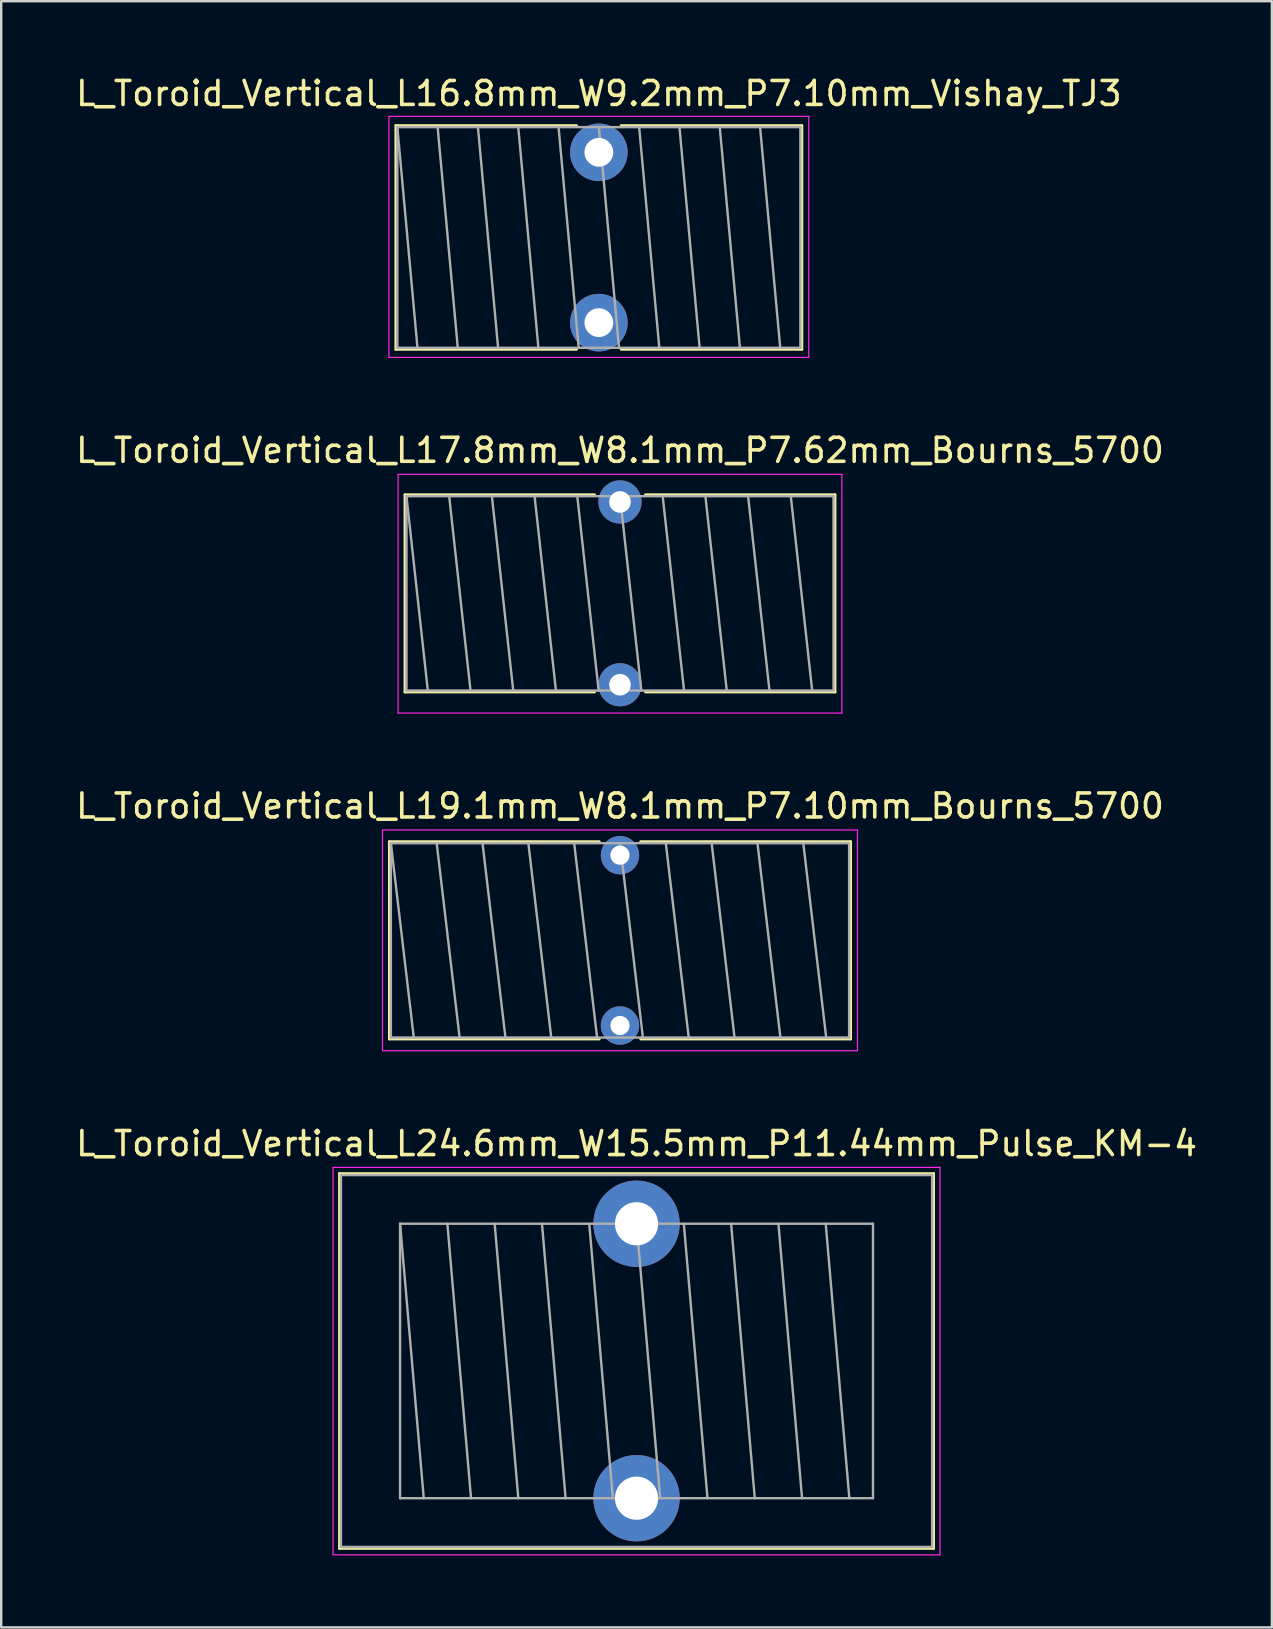
<source format=kicad_pcb>
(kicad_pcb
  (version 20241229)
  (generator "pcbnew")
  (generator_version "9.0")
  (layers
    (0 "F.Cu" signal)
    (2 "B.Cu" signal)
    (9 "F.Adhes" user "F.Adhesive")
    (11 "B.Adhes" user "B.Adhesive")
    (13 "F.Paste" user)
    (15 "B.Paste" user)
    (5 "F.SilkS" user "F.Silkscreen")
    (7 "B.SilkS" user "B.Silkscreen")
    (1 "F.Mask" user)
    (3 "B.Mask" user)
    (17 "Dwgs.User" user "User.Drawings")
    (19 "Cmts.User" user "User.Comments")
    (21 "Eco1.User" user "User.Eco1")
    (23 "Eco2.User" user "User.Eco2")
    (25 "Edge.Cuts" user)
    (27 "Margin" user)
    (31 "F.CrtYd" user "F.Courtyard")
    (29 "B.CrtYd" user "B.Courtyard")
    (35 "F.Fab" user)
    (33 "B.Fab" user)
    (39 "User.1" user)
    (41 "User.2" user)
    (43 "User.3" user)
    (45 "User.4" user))
  (footprint "L_Toroid_Vertical_L17.8mm_W8.1mm_P7.62mm_Bourns_5700"
    (layer "F.Cu")
    (at 22.792 17.872)
    (property "Reference" "L_Toroid_Vertical_L17.8mm_W8.1mm_P7.62mm_Bourns_5700" (at 0 -2.15 0) (layer "F.SilkS") (effects (font (size 1 1) (thickness 0.15))))
    (attr through_hole)
    (fp_line (start -8.96 -0.3) (end -8.96 7.92) (stroke (width 0.12) (type solid)) (layer "F.SilkS"))
    (fp_line (start -8.96 -0.3) (end -1.061 -0.3) (stroke (width 0.12) (type solid)) (layer "F.SilkS"))
    (fp_line (start -8.96 7.92) (end -1.061 7.92) (stroke (width 0.12) (type solid)) (layer "F.SilkS"))
    (fp_line (start 1.061 -0.3) (end 8.96 -0.3) (stroke (width 0.12) (type solid)) (layer "F.SilkS"))
    (fp_line (start 1.061 7.92) (end 8.96 7.92) (stroke (width 0.12) (type solid)) (layer "F.SilkS"))
    (fp_line (start 8.96 -0.3) (end 8.96 7.92) (stroke (width 0.12) (type solid)) (layer "F.SilkS"))
    (fp_line (start -9.25 -1.15) (end -9.25 8.8) (stroke (width 0.05) (type solid)) (layer "F.CrtYd"))
    (fp_line (start -9.25 8.8) (end 9.25 8.8) (stroke (width 0.05) (type solid)) (layer "F.CrtYd"))
    (fp_line (start 9.25 -1.15) (end -9.25 -1.15) (stroke (width 0.05) (type solid)) (layer "F.CrtYd"))
    (fp_line (start 9.25 8.8) (end 9.25 -1.15) (stroke (width 0.05) (type solid)) (layer "F.CrtYd"))
    (fp_line (start -8.9 -0.24) (end -8.9 7.86) (stroke (width 0.1) (type solid)) (layer "F.Fab"))
    (fp_line (start -8.9 -0.24) (end -8.01 7.86) (stroke (width 0.1) (type solid)) (layer "F.Fab"))
    (fp_line (start -8.9 7.86) (end 8.9 7.86) (stroke (width 0.1) (type solid)) (layer "F.Fab"))
    (fp_line (start -7.12 -0.24) (end -6.23 7.86) (stroke (width 0.1) (type solid)) (layer "F.Fab"))
    (fp_line (start -5.34 -0.24) (end -4.45 7.86) (stroke (width 0.1) (type solid)) (layer "F.Fab"))
    (fp_line (start -3.56 -0.24) (end -2.67 7.86) (stroke (width 0.1) (type solid)) (layer "F.Fab"))
    (fp_line (start -1.78 -0.24) (end -0.89 7.86) (stroke (width 0.1) (type solid)) (layer "F.Fab"))
    (fp_line (start 0 -0.24) (end 0.89 7.86) (stroke (width 0.1) (type solid)) (layer "F.Fab"))
    (fp_line (start 1.78 -0.24) (end 2.67 7.86) (stroke (width 0.1) (type solid)) (layer "F.Fab"))
    (fp_line (start 3.56 -0.24) (end 4.45 7.86) (stroke (width 0.1) (type solid)) (layer "F.Fab"))
    (fp_line (start 5.34 -0.24) (end 6.23 7.86) (stroke (width 0.1) (type solid)) (layer "F.Fab"))
    (fp_line (start 7.12 -0.24) (end 8.01 7.86) (stroke (width 0.1) (type solid)) (layer "F.Fab"))
    (fp_line (start 8.9 -0.24) (end -8.9 -0.24) (stroke (width 0.1) (type solid)) (layer "F.Fab"))
    (fp_line (start 8.9 7.86) (end 8.9 -0.24) (stroke (width 0.1) (type solid)) (layer "F.Fab"))
    (pad "1" thru_hole circle (at 0 0) (size 1.8 1.8) (drill 0.9) (layers "*.Cu" "*.Mask"))
    (pad "2" thru_hole circle (at 0 7.62) (size 1.8 1.8) (drill 0.9) (layers "*.Cu" "*.Mask")))
  (footprint "L_Toroid_Vertical_L16.8mm_W9.2mm_P7.10mm_Vishay_TJ3"
    (layer "F.Cu")
    (at 21.911 3.298)
    (property "Reference" "L_Toroid_Vertical_L16.8mm_W9.2mm_P7.10mm_Vishay_TJ3" (at 0 -2.45 0) (layer "F.SilkS") (effects (font (size 1 1) (thickness 0.15))))
    (attr through_hole)
    (fp_line (start -8.46 -1.11) (end -8.46 8.21) (stroke (width 0.12) (type solid)) (layer "F.SilkS"))
    (fp_line (start -8.46 -1.11) (end -0.928 -1.11) (stroke (width 0.12) (type solid)) (layer "F.SilkS"))
    (fp_line (start -8.46 8.21) (end -0.928 8.21) (stroke (width 0.12) (type solid)) (layer "F.SilkS"))
    (fp_line (start 0.928 -1.11) (end 8.46 -1.11) (stroke (width 0.12) (type solid)) (layer "F.SilkS"))
    (fp_line (start 0.928 8.21) (end 8.46 8.21) (stroke (width 0.12) (type solid)) (layer "F.SilkS"))
    (fp_line (start 8.46 -1.11) (end 8.46 8.21) (stroke (width 0.12) (type solid)) (layer "F.SilkS"))
    (fp_line (start -8.75 -1.5) (end -8.75 8.55) (stroke (width 0.05) (type solid)) (layer "F.CrtYd"))
    (fp_line (start -8.75 8.55) (end 8.75 8.55) (stroke (width 0.05) (type solid)) (layer "F.CrtYd"))
    (fp_line (start 8.75 -1.5) (end -8.75 -1.5) (stroke (width 0.05) (type solid)) (layer "F.CrtYd"))
    (fp_line (start 8.75 8.55) (end 8.75 -1.5) (stroke (width 0.05) (type solid)) (layer "F.CrtYd"))
    (fp_line (start -8.4 -1.05) (end -8.4 8.15) (stroke (width 0.1) (type solid)) (layer "F.Fab"))
    (fp_line (start -8.4 -1.05) (end -7.56 8.15) (stroke (width 0.1) (type solid)) (layer "F.Fab"))
    (fp_line (start -8.4 8.15) (end 8.4 8.15) (stroke (width 0.1) (type solid)) (layer "F.Fab"))
    (fp_line (start -6.72 -1.05) (end -5.88 8.15) (stroke (width 0.1) (type solid)) (layer "F.Fab"))
    (fp_line (start -5.04 -1.05) (end -4.2 8.15) (stroke (width 0.1) (type solid)) (layer "F.Fab"))
    (fp_line (start -3.36 -1.05) (end -2.52 8.15) (stroke (width 0.1) (type solid)) (layer "F.Fab"))
    (fp_line (start -1.68 -1.05) (end -0.84 8.15) (stroke (width 0.1) (type solid)) (layer "F.Fab"))
    (fp_line (start 0 -1.05) (end 0.84 8.15) (stroke (width 0.1) (type solid)) (layer "F.Fab"))
    (fp_line (start 1.68 -1.05) (end 2.52 8.15) (stroke (width 0.1) (type solid)) (layer "F.Fab"))
    (fp_line (start 3.36 -1.05) (end 4.2 8.15) (stroke (width 0.1) (type solid)) (layer "F.Fab"))
    (fp_line (start 5.04 -1.05) (end 5.88 8.15) (stroke (width 0.1) (type solid)) (layer "F.Fab"))
    (fp_line (start 6.72 -1.05) (end 7.56 8.15) (stroke (width 0.1) (type solid)) (layer "F.Fab"))
    (fp_line (start 8.4 -1.05) (end -8.4 -1.05) (stroke (width 0.1) (type solid)) (layer "F.Fab"))
    (fp_line (start 8.4 8.15) (end 8.4 -1.05) (stroke (width 0.1) (type solid)) (layer "F.Fab"))
    (pad "1" thru_hole circle (at 0 0) (size 2.4 2.4) (drill 1.2) (layers "*.Cu" "*.Mask"))
    (pad "2" thru_hole circle (at 0 7.1) (size 2.4 2.4) (drill 1.2) (layers "*.Cu" "*.Mask")))
  (footprint "L_Toroid_Vertical_L24.6mm_W15.5mm_P11.44mm_Pulse_KM-4"
    (layer "F.Cu")
    (at 23.482 47.958)
    (property "Reference" "L_Toroid_Vertical_L24.6mm_W15.5mm_P11.44mm_Pulse_KM-4" (at 0 -3.34 0) (layer "F.SilkS") (effects (font (size 1 1) (thickness 0.15))))
    (attr through_hole)
    (fp_line (start -12.38 -2.09) (end -12.38 13.53) (stroke (width 0.12) (type solid)) (layer "F.SilkS"))
    (fp_line (start -12.38 -2.09) (end 12.38 -2.09) (stroke (width 0.12) (type solid)) (layer "F.SilkS"))
    (fp_line (start -12.38 13.53) (end 12.38 13.53) (stroke (width 0.12) (type solid)) (layer "F.SilkS"))
    (fp_line (start 12.38 -2.09) (end 12.38 13.53) (stroke (width 0.12) (type solid)) (layer "F.SilkS"))
    (fp_line (start -12.65 -2.35) (end -12.65 13.8) (stroke (width 0.05) (type solid)) (layer "F.CrtYd"))
    (fp_line (start -12.65 13.8) (end 12.65 13.8) (stroke (width 0.05) (type solid)) (layer "F.CrtYd"))
    (fp_line (start 12.65 -2.35) (end -12.65 -2.35) (stroke (width 0.05) (type solid)) (layer "F.CrtYd"))
    (fp_line (start 12.65 13.8) (end 12.65 -2.35) (stroke (width 0.05) (type solid)) (layer "F.CrtYd"))
    (fp_line (start -12.32 -2.03) (end -12.32 13.47) (stroke (width 0.1) (type solid)) (layer "F.Fab"))
    (fp_line (start -12.32 13.47) (end 12.32 13.47) (stroke (width 0.1) (type solid)) (layer "F.Fab"))
    (fp_line (start -9.856 0) (end -9.856 11.44) (stroke (width 0.1) (type solid)) (layer "F.Fab"))
    (fp_line (start -9.856 0) (end -8.87 11.44) (stroke (width 0.1) (type solid)) (layer "F.Fab"))
    (fp_line (start -9.856 11.44) (end 9.856 11.44) (stroke (width 0.1) (type solid)) (layer "F.Fab"))
    (fp_line (start -7.885 0) (end -6.899 11.44) (stroke (width 0.1) (type solid)) (layer "F.Fab"))
    (fp_line (start -5.914 0) (end -4.928 11.44) (stroke (width 0.1) (type solid)) (layer "F.Fab"))
    (fp_line (start -3.942 0) (end -2.957 11.44) (stroke (width 0.1) (type solid)) (layer "F.Fab"))
    (fp_line (start -1.971 0) (end -0.986 11.44) (stroke (width 0.1) (type solid)) (layer "F.Fab"))
    (fp_line (start 0 0) (end 0.986 11.44) (stroke (width 0.1) (type solid)) (layer "F.Fab"))
    (fp_line (start 1.971 0) (end 2.957 11.44) (stroke (width 0.1) (type solid)) (layer "F.Fab"))
    (fp_line (start 3.942 0) (end 4.928 11.44) (stroke (width 0.1) (type solid)) (layer "F.Fab"))
    (fp_line (start 5.914 0) (end 6.899 11.44) (stroke (width 0.1) (type solid)) (layer "F.Fab"))
    (fp_line (start 7.885 0) (end 8.87 11.44) (stroke (width 0.1) (type solid)) (layer "F.Fab"))
    (fp_line (start 9.856 0) (end -9.856 0) (stroke (width 0.1) (type solid)) (layer "F.Fab"))
    (fp_line (start 9.856 11.44) (end 9.856 0) (stroke (width 0.1) (type solid)) (layer "F.Fab"))
    (fp_line (start 12.32 -2.03) (end -12.32 -2.03) (stroke (width 0.1) (type solid)) (layer "F.Fab"))
    (fp_line (start 12.32 13.47) (end 12.32 -2.03) (stroke (width 0.1) (type solid)) (layer "F.Fab"))
    (pad "1" thru_hole circle (at 0 0) (size 3.6 3.6) (drill 1.8) (layers "*.Cu" "*.Mask"))
    (pad "2" thru_hole circle (at 0 11.44) (size 3.6 3.6) (drill 1.8) (layers "*.Cu" "*.Mask")))
  (footprint "L_Toroid_Vertical_L19.1mm_W8.1mm_P7.10mm_Bourns_5700"
    (layer "F.Cu")
    (at 22.792 32.595)
    (property "Reference" "L_Toroid_Vertical_L19.1mm_W8.1mm_P7.10mm_Bourns_5700" (at 0 -2.05 0) (layer "F.SilkS") (effects (font (size 1 1) (thickness 0.15))))
    (attr through_hole)
    (fp_line (start -9.611 -0.56) (end -9.611 7.66) (stroke (width 0.12) (type solid)) (layer "F.SilkS"))
    (fp_line (start -9.611 -0.56) (end -0.864 -0.56) (stroke (width 0.12) (type solid)) (layer "F.SilkS"))
    (fp_line (start -9.611 7.66) (end -0.864 7.66) (stroke (width 0.12) (type solid)) (layer "F.SilkS"))
    (fp_line (start 0.864 -0.56) (end 9.611 -0.56) (stroke (width 0.12) (type solid)) (layer "F.SilkS"))
    (fp_line (start 0.864 7.66) (end 9.611 7.66) (stroke (width 0.12) (type solid)) (layer "F.SilkS"))
    (fp_line (start 9.611 -0.56) (end 9.611 7.66) (stroke (width 0.12) (type solid)) (layer "F.SilkS"))
    (fp_line (start -9.9 -1.05) (end -9.9 8.15) (stroke (width 0.05) (type solid)) (layer "F.CrtYd"))
    (fp_line (start -9.9 8.15) (end 9.9 8.15) (stroke (width 0.05) (type solid)) (layer "F.CrtYd"))
    (fp_line (start 9.9 -1.05) (end -9.9 -1.05) (stroke (width 0.05) (type solid)) (layer "F.CrtYd"))
    (fp_line (start 9.9 8.15) (end 9.9 -1.05) (stroke (width 0.05) (type solid)) (layer "F.CrtYd"))
    (fp_line (start -9.55 -0.5) (end -9.55 7.6) (stroke (width 0.1) (type solid)) (layer "F.Fab"))
    (fp_line (start -9.55 -0.5) (end -8.595 7.6) (stroke (width 0.1) (type solid)) (layer "F.Fab"))
    (fp_line (start -9.55 7.6) (end 9.55 7.6) (stroke (width 0.1) (type solid)) (layer "F.Fab"))
    (fp_line (start -7.64 -0.5) (end -6.685 7.6) (stroke (width 0.1) (type solid)) (layer "F.Fab"))
    (fp_line (start -5.73 -0.5) (end -4.775 7.6) (stroke (width 0.1) (type solid)) (layer "F.Fab"))
    (fp_line (start -3.82 -0.5) (end -2.865 7.6) (stroke (width 0.1) (type solid)) (layer "F.Fab"))
    (fp_line (start -1.91 -0.5) (end -0.955 7.6) (stroke (width 0.1) (type solid)) (layer "F.Fab"))
    (fp_line (start 0 -0.5) (end 0.955 7.6) (stroke (width 0.1) (type solid)) (layer "F.Fab"))
    (fp_line (start 1.91 -0.5) (end 2.865 7.6) (stroke (width 0.1) (type solid)) (layer "F.Fab"))
    (fp_line (start 3.82 -0.5) (end 4.775 7.6) (stroke (width 0.1) (type solid)) (layer "F.Fab"))
    (fp_line (start 5.73 -0.5) (end 6.685 7.6) (stroke (width 0.1) (type solid)) (layer "F.Fab"))
    (fp_line (start 7.64 -0.5) (end 8.595 7.6) (stroke (width 0.1) (type solid)) (layer "F.Fab"))
    (fp_line (start 9.55 -0.5) (end -9.55 -0.5) (stroke (width 0.1) (type solid)) (layer "F.Fab"))
    (fp_line (start 9.55 7.6) (end 9.55 -0.5) (stroke (width 0.1) (type solid)) (layer "F.Fab"))
    (pad "1" thru_hole circle (at 0 0) (size 1.6 1.6) (drill 0.8) (layers "*.Cu" "*.Mask"))
    (pad "2" thru_hole circle (at 0 7.1) (size 1.6 1.6) (drill 0.8) (layers "*.Cu" "*.Mask")))
  (gr_rect
    (start -3 -3)
    (end 49.964 64.783)
    (stroke (width 0.1) (type default))
    (fill no)
    (layer "Edge.Cuts")))
</source>
